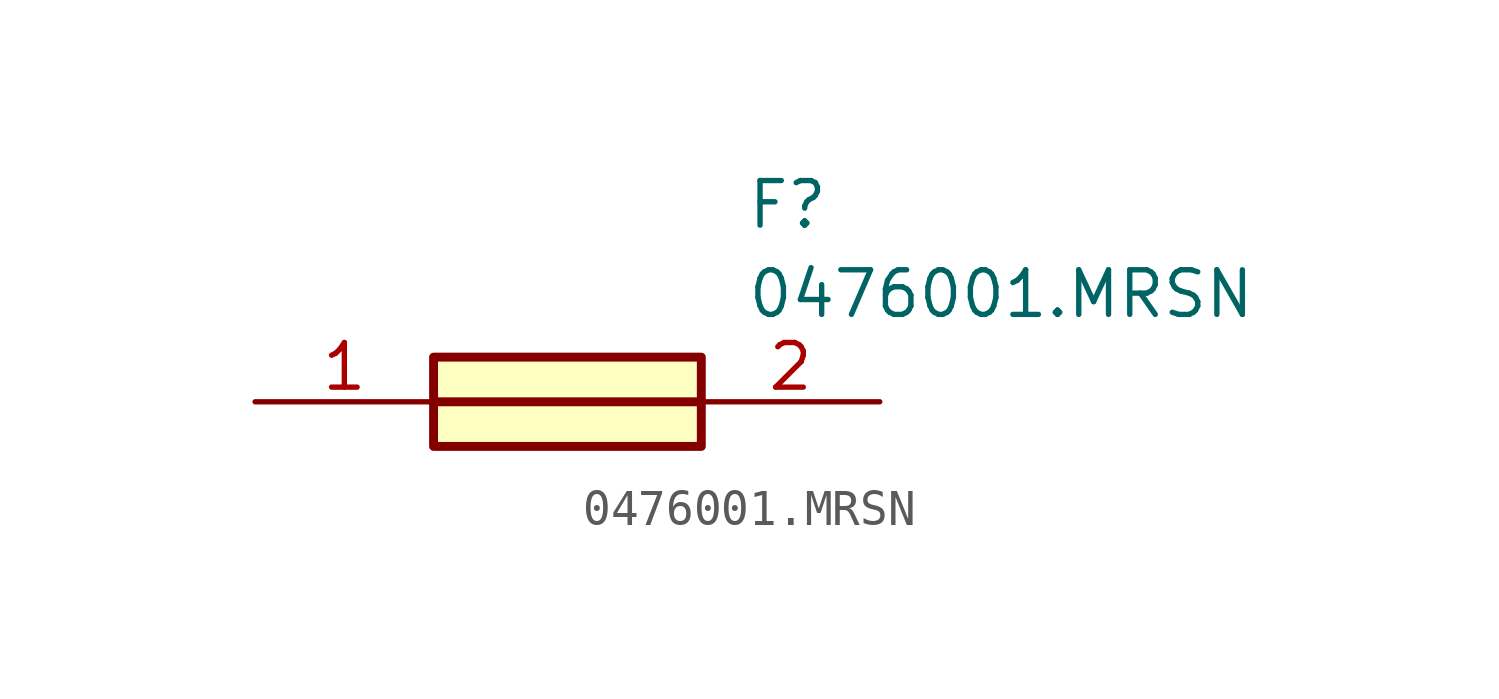
<source format=kicad_sym>
(kicad_symbol_lib
  (version 20211014)
  (generator SamacSys_ECAD_Model)
  (symbol "0476001.MRSN"
    (pin_names hide)
    (property "Reference" "F"
      (at 13.97 6.35 0)
      (effects (font (size 1.27 1.27)) (justify left top)))
    (property "Value" "0476001.MRSN"
      (at 13.97 3.81 0)
      (effects (font (size 1.27 1.27)) (justify left top)))
    (rectangle
      (start 5.08 1.27)
      (end 12.7 -1.27)
      (stroke (width 0.254) (type default))
      (fill (type background)))
    (polyline
      (pts (xy 5.08 0) (xy 12.7 0))
      (stroke (width 0.254) (type default))
      (fill (type none)))
    (pin passive line
      (at 0 0 0)
      (length 5.08)
      (name "1" (effects (font (size 1.27 1.27))))
      (number "1" (effects (font (size 1.27 1.27)))))
    (pin passive line
      (at 17.78 0 180)
      (length 5.08)
      (name "2" (effects (font (size 1.27 1.27))))
      (number "2" (effects (font (size 1.27 1.27)))))))
</source>
